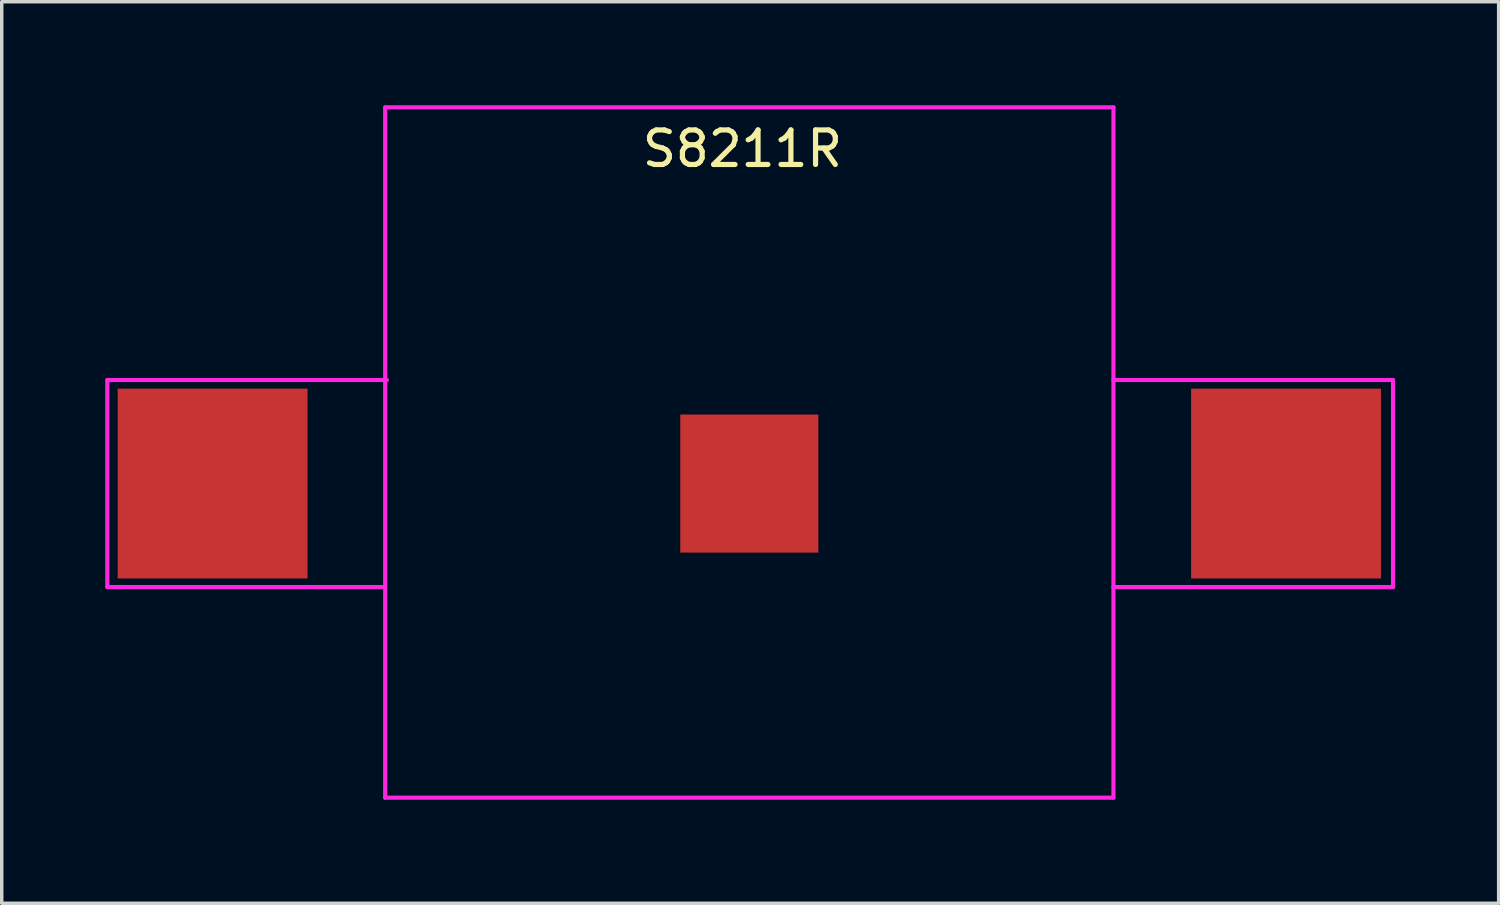
<source format=kicad_pcb>
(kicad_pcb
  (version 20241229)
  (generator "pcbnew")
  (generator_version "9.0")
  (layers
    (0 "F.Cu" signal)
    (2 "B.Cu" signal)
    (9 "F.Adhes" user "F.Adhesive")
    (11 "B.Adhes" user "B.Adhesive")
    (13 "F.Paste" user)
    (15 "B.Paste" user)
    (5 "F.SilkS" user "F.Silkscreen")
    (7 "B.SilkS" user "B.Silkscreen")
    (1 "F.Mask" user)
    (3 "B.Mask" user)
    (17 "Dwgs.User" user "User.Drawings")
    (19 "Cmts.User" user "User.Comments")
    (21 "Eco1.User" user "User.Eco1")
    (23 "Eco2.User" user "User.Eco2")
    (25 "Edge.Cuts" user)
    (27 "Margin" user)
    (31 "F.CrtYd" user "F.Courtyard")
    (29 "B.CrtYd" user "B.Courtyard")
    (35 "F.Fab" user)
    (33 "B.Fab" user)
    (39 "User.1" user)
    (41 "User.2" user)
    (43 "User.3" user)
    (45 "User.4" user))
  (footprint "S8211R"
    (layer "F.Cu")
    (at 18.66 10.96)
    (property "Reference" "S8211R" (at -0.2 -9.7 0) (layer "F.SilkS") (effects (font (size 1 1) (thickness 0.15))))
    (attr through_hole)
    (fp_line (start -18.6 -3) (end -10.5 -3) (stroke (width 0.12) (type solid)) (layer "F.CrtYd"))
    (fp_line (start -18.6 3) (end -18.6 -3) (stroke (width 0.12) (type solid)) (layer "F.CrtYd"))
    (fp_line (start -18.6 3) (end -10.55 3) (stroke (width 0.12) (type solid)) (layer "F.CrtYd"))
    (fp_line (start -10.55 -10.9) (end -10.55 9.1) (stroke (width 0.12) (type solid)) (layer "F.CrtYd"))
    (fp_line (start -10.55 -10.9) (end 10.55 -10.9) (stroke (width 0.12) (type solid)) (layer "F.CrtYd"))
    (fp_line (start -10.55 9.1) (end 10.55 9.1) (stroke (width 0.12) (type solid)) (layer "F.CrtYd"))
    (fp_line (start 10.55 -10.9) (end 10.55 9.1) (stroke (width 0.12) (type solid)) (layer "F.CrtYd"))
    (fp_line (start 10.55 -3) (end 18.65 -3) (stroke (width 0.12) (type solid)) (layer "F.CrtYd"))
    (fp_line (start 10.55 3) (end 18.65 3) (stroke (width 0.12) (type solid)) (layer "F.CrtYd"))
    (fp_line (start 18.65 3) (end 18.65 -3) (stroke (width 0.12) (type solid)) (layer "F.CrtYd"))
    (pad "1" smd rect (at 0 0) (size 4 4) (layers "F.Cu" "F.Mask" "F.Paste"))
    (pad "2" smd rect (at -15.55 0) (size 5.5 5.5) (layers "F.Cu" "F.Mask" "F.Paste"))
    (pad "2" smd rect (at 15.55 0) (size 5.5 5.5) (layers "F.Cu" "F.Mask" "F.Paste")))
  (gr_rect
    (start -3 -3)
    (end 40.37 23.12)
    (stroke (width 0.1) (type default))
    (fill no)
    (layer "Edge.Cuts")))
</source>
